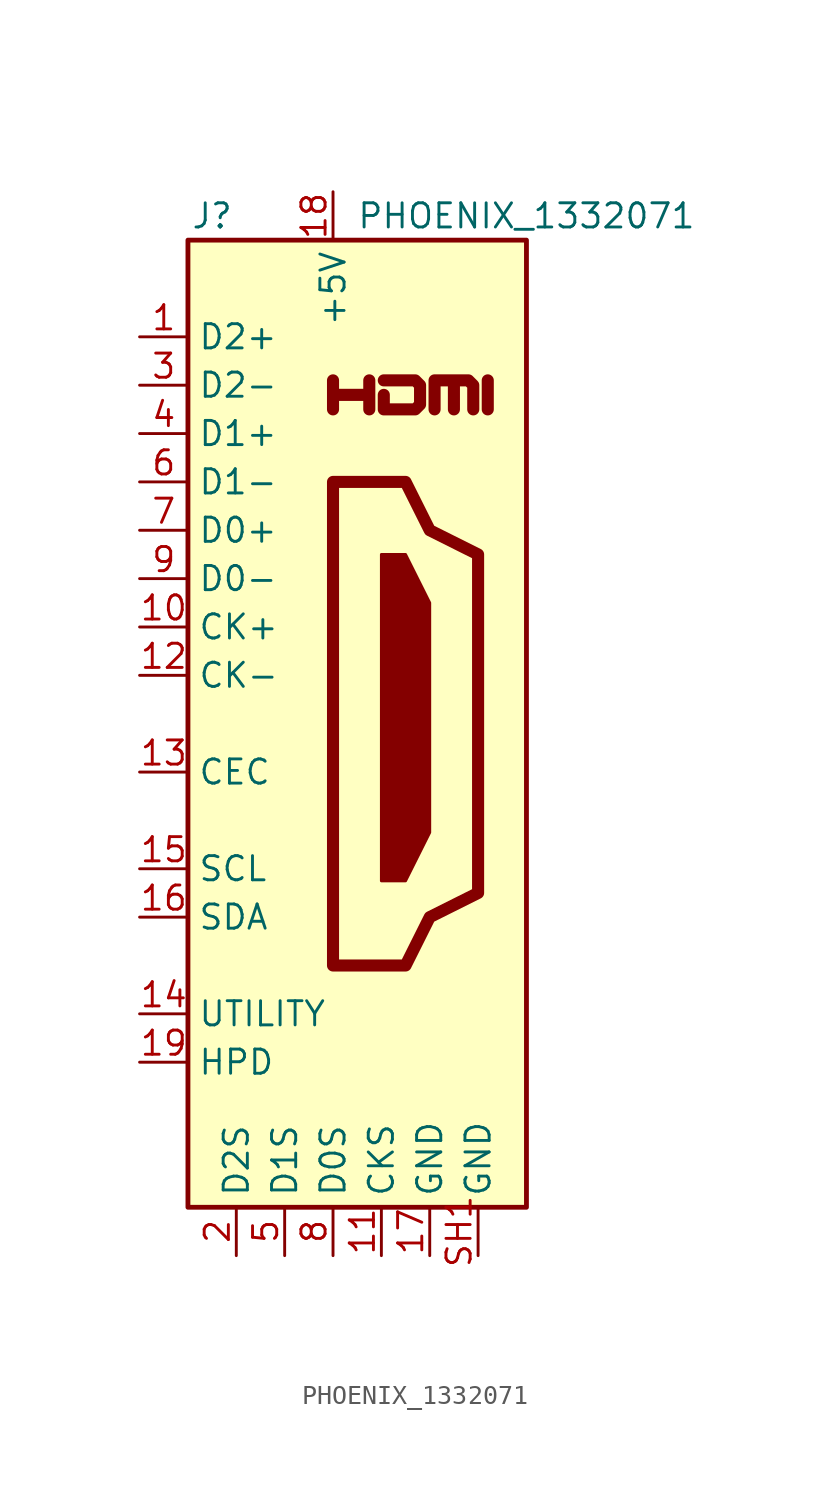
<source format=kicad_sym>
(kicad_symbol_lib
  (version 20241209)
  (generator "kicad_symbol_editor")
  (generator_version "9.0")
  (symbol "PHOENIX_1332071"
    (property "Reference" "J"
      (at -6.35 26.67 0)
      (effects (font (size 1.27 1.27))))
    (property "Value" "PHOENIX_1332071"
      (at 10.16 26.67 0)
      (effects (font (size 1.27 1.27))))
    (symbol "PHOENIX_1332071_0_0"
      (polyline (pts (xy 0 16.51) (xy 0 18.034) (xy 0 17.272) (xy 1.905 17.272) (xy 1.905 18.034) (xy 1.905 16.51)) (stroke (width 0.635) (type default)) (fill (type none)))
      (polyline (pts (xy 2.667 18.034) (xy 4.318 18.034) (xy 4.572 17.78) (xy 4.572 16.764) (xy 4.318 16.51) (xy 2.667 16.51) (xy 2.667 17.272)) (stroke (width 0.635) (type default)) (fill (type none)))
      (polyline (pts (xy 8.128 16.51) (xy 8.128 18.034)) (stroke (width 0.635) (type default)) (fill (type none))))
    (symbol "PHOENIX_1332071_0_1"
      (rectangle (start -7.62 25.4) (end 10.16 -25.4) (stroke (width 0.254) (type default)) (fill (type background)))
      (polyline (pts (xy 0 12.7) (xy 0 -12.7) (xy 3.81 -12.7) (xy 5.08 -10.16) (xy 7.62 -8.89) (xy 7.62 8.89) (xy 5.08 10.16) (xy 3.81 12.7) (xy 0 12.7)) (stroke (width 0.635) (type default)) (fill (type none)))
      (polyline (pts (xy 2.54 8.89) (xy 3.81 8.89) (xy 5.08 6.35) (xy 5.08 -5.715) (xy 3.81 -8.255) (xy 2.54 -8.255) (xy 2.54 8.89)) (stroke (width 0) (type default)) (fill (type outline)))
      (polyline (pts (xy 5.334 16.51) (xy 5.334 18.034) (xy 6.35 18.034) (xy 6.35 16.51) (xy 6.35 18.034) (xy 7.112 18.034) (xy 7.366 17.78) (xy 7.366 16.51)) (stroke (width 0.635) (type default)) (fill (type none))))
    (symbol "PHOENIX_1332071_1_0"
      (pin passive line (at 7.62 -27.94 90) (length 2.54) (hide yes) (name "GND" (effects (font (size 1.27 1.27)))) (number "SH2" (effects (font (size 1.27 1.27)))))
      (pin passive line (at 7.62 -27.94 90) (length 2.54) (hide yes) (name "GND" (effects (font (size 1.27 1.27)))) (number "SH3" (effects (font (size 1.27 1.27)))))
      (pin passive line (at 7.62 -27.94 90) (length 2.54) (hide yes) (name "GND" (effects (font (size 1.27 1.27)))) (number "SH4" (effects (font (size 1.27 1.27))))))
    (symbol "PHOENIX_1332071_1_1"
      (pin passive line (at -10.16 20.32 0) (length 2.54) (name "D2+" (effects (font (size 1.27 1.27)))) (number "1" (effects (font (size 1.27 1.27)))))
      (pin passive line (at -10.16 17.78 0) (length 2.54) (name "D2-" (effects (font (size 1.27 1.27)))) (number "3" (effects (font (size 1.27 1.27)))))
      (pin passive line (at -10.16 15.24 0) (length 2.54) (name "D1+" (effects (font (size 1.27 1.27)))) (number "4" (effects (font (size 1.27 1.27)))))
      (pin passive line (at -10.16 12.7 0) (length 2.54) (name "D1-" (effects (font (size 1.27 1.27)))) (number "6" (effects (font (size 1.27 1.27)))))
      (pin passive line (at -10.16 10.16 0) (length 2.54) (name "D0+" (effects (font (size 1.27 1.27)))) (number "7" (effects (font (size 1.27 1.27)))))
      (pin passive line (at -10.16 7.62 0) (length 2.54) (name "D0-" (effects (font (size 1.27 1.27)))) (number "9" (effects (font (size 1.27 1.27)))))
      (pin passive line (at -10.16 5.08 0) (length 2.54) (name "CK+" (effects (font (size 1.27 1.27)))) (number "10" (effects (font (size 1.27 1.27)))))
      (pin passive line (at -10.16 2.54 0) (length 2.54) (name "CK-" (effects (font (size 1.27 1.27)))) (number "12" (effects (font (size 1.27 1.27)))))
      (pin bidirectional line (at -10.16 -2.54 0) (length 2.54) (name "CEC" (effects (font (size 1.27 1.27)))) (number "13" (effects (font (size 1.27 1.27)))))
      (pin passive line (at -10.16 -7.62 0) (length 2.54) (name "SCL" (effects (font (size 1.27 1.27)))) (number "15" (effects (font (size 1.27 1.27)))))
      (pin bidirectional line (at -10.16 -10.16 0) (length 2.54) (name "SDA" (effects (font (size 1.27 1.27)))) (number "16" (effects (font (size 1.27 1.27)))))
      (pin passive line (at -10.16 -15.24 0) (length 2.54) (name "UTILITY" (effects (font (size 1.27 1.27)))) (number "14" (effects (font (size 1.27 1.27)))))
      (pin passive line (at -10.16 -17.78 0) (length 2.54) (name "HPD" (effects (font (size 1.27 1.27)))) (number "19" (effects (font (size 1.27 1.27)))))
      (pin power_in line (at -5.08 -27.94 90) (length 2.54) (name "D2S" (effects (font (size 1.27 1.27)))) (number "2" (effects (font (size 1.27 1.27)))))
      (pin power_in line (at -2.54 -27.94 90) (length 2.54) (name "D1S" (effects (font (size 1.27 1.27)))) (number "5" (effects (font (size 1.27 1.27)))))
      (pin power_in line (at 0 27.94 270) (length 2.54) (name "+5V" (effects (font (size 1.27 1.27)))) (number "18" (effects (font (size 1.27 1.27)))))
      (pin power_in line (at 0 -27.94 90) (length 2.54) (name "D0S" (effects (font (size 1.27 1.27)))) (number "8" (effects (font (size 1.27 1.27)))))
      (pin power_in line (at 2.54 -27.94 90) (length 2.54) (name "CKS" (effects (font (size 1.27 1.27)))) (number "11" (effects (font (size 1.27 1.27)))))
      (pin power_in line (at 5.08 -27.94 90) (length 2.54) (name "GND" (effects (font (size 1.27 1.27)))) (number "17" (effects (font (size 1.27 1.27)))))
      (pin passive line (at 7.62 -27.94 90) (length 2.54) (name "GND" (effects (font (size 1.27 1.27)))) (number "SH1" (effects (font (size 1.27 1.27))))))))
</source>
